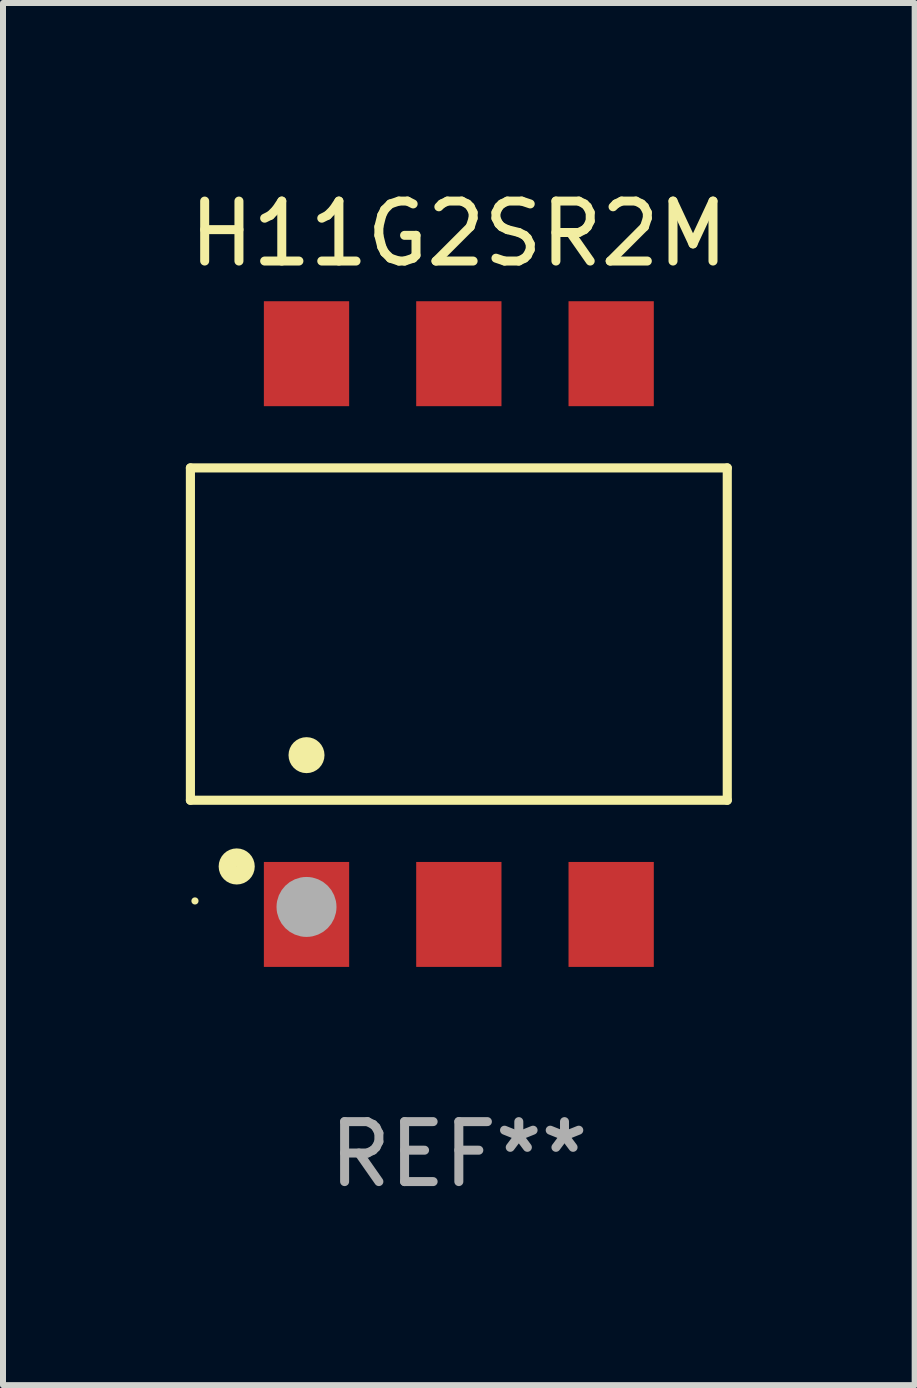
<source format=kicad_pcb>
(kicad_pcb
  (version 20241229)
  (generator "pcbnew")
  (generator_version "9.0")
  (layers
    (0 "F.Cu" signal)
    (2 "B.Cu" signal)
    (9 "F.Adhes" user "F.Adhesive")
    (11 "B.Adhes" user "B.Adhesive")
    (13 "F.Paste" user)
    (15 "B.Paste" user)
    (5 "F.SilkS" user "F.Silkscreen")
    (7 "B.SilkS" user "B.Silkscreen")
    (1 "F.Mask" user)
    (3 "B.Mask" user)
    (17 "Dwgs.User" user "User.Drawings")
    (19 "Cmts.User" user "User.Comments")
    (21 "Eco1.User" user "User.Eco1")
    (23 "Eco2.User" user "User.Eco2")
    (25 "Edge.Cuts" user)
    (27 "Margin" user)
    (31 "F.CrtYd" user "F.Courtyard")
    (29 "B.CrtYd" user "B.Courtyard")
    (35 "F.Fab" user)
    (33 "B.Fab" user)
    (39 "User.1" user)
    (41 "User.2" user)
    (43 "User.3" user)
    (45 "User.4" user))
  (footprint "H11G2SR2M"
    (layer "F.Cu")
    (at 4.601 7.523)
    (property "Reference" "H11G2SR2M" (at 0 -6.675 0) (layer "F.SilkS") (effects (font (size 1 1) (thickness 0.15))))
    (attr through_hole)
    (fp_line (start -4.476 -2.771) (end 4.476 -2.771) (stroke (width 0.152) (type solid)) (layer "F.SilkS"))
    (fp_line (start -4.476 2.771) (end -4.476 -2.771) (stroke (width 0.152) (type solid)) (layer "F.SilkS"))
    (fp_line (start 4.476 -2.771) (end 4.476 2.771) (stroke (width 0.152) (type solid)) (layer "F.SilkS"))
    (fp_line (start 4.476 2.771) (end -4.476 2.771) (stroke (width 0.152) (type solid)) (layer "F.SilkS"))
    (fp_circle (center -4.4 4.45) (end -4.37 4.45) (stroke (width 0.06) (type solid)) (fill no) (layer "F.SilkS"))
    (fp_circle (center -3.704 3.875) (end -3.553 3.875) (stroke (width 0.3) (type solid)) (fill no) (layer "F.SilkS"))
    (fp_circle (center -2.54 2.019) (end -2.39 2.019) (stroke (width 0.3) (type solid)) (fill no) (layer "F.SilkS"))
    (fp_circle (center -2.54 4.55) (end -2.29 4.55) (stroke (width 0.5) (type solid)) (fill no) (layer "F.Fab"))
    (fp_text user "REF**" (at 0 8.675 0) (layer "F.Fab") (effects (font (size 1 1) (thickness 0.15))))
    (pad "1" smd rect (at -2.54 4.675) (size 1.422 1.75) (layers "F.Cu" "F.Mask" "F.Paste"))
    (pad "2" smd rect (at 0 4.675) (size 1.422 1.75) (layers "F.Cu" "F.Mask" "F.Paste"))
    (pad "3" smd rect (at 2.54 4.675) (size 1.422 1.75) (layers "F.Cu" "F.Mask" "F.Paste"))
    (pad "4" smd rect (at 2.54 -4.675) (size 1.422 1.75) (layers "F.Cu" "F.Mask" "F.Paste"))
    (pad "5" smd rect (at 0 -4.675) (size 1.422 1.75) (layers "F.Cu" "F.Mask" "F.Paste"))
    (pad "6" smd rect (at -2.54 -4.675) (size 1.422 1.75) (layers "F.Cu" "F.Mask" "F.Paste")))
  (gr_rect
    (start -3 -3)
    (end 12.202 20.047)
    (stroke (width 0.1) (type default))
    (fill no)
    (layer "Edge.Cuts")))
</source>
